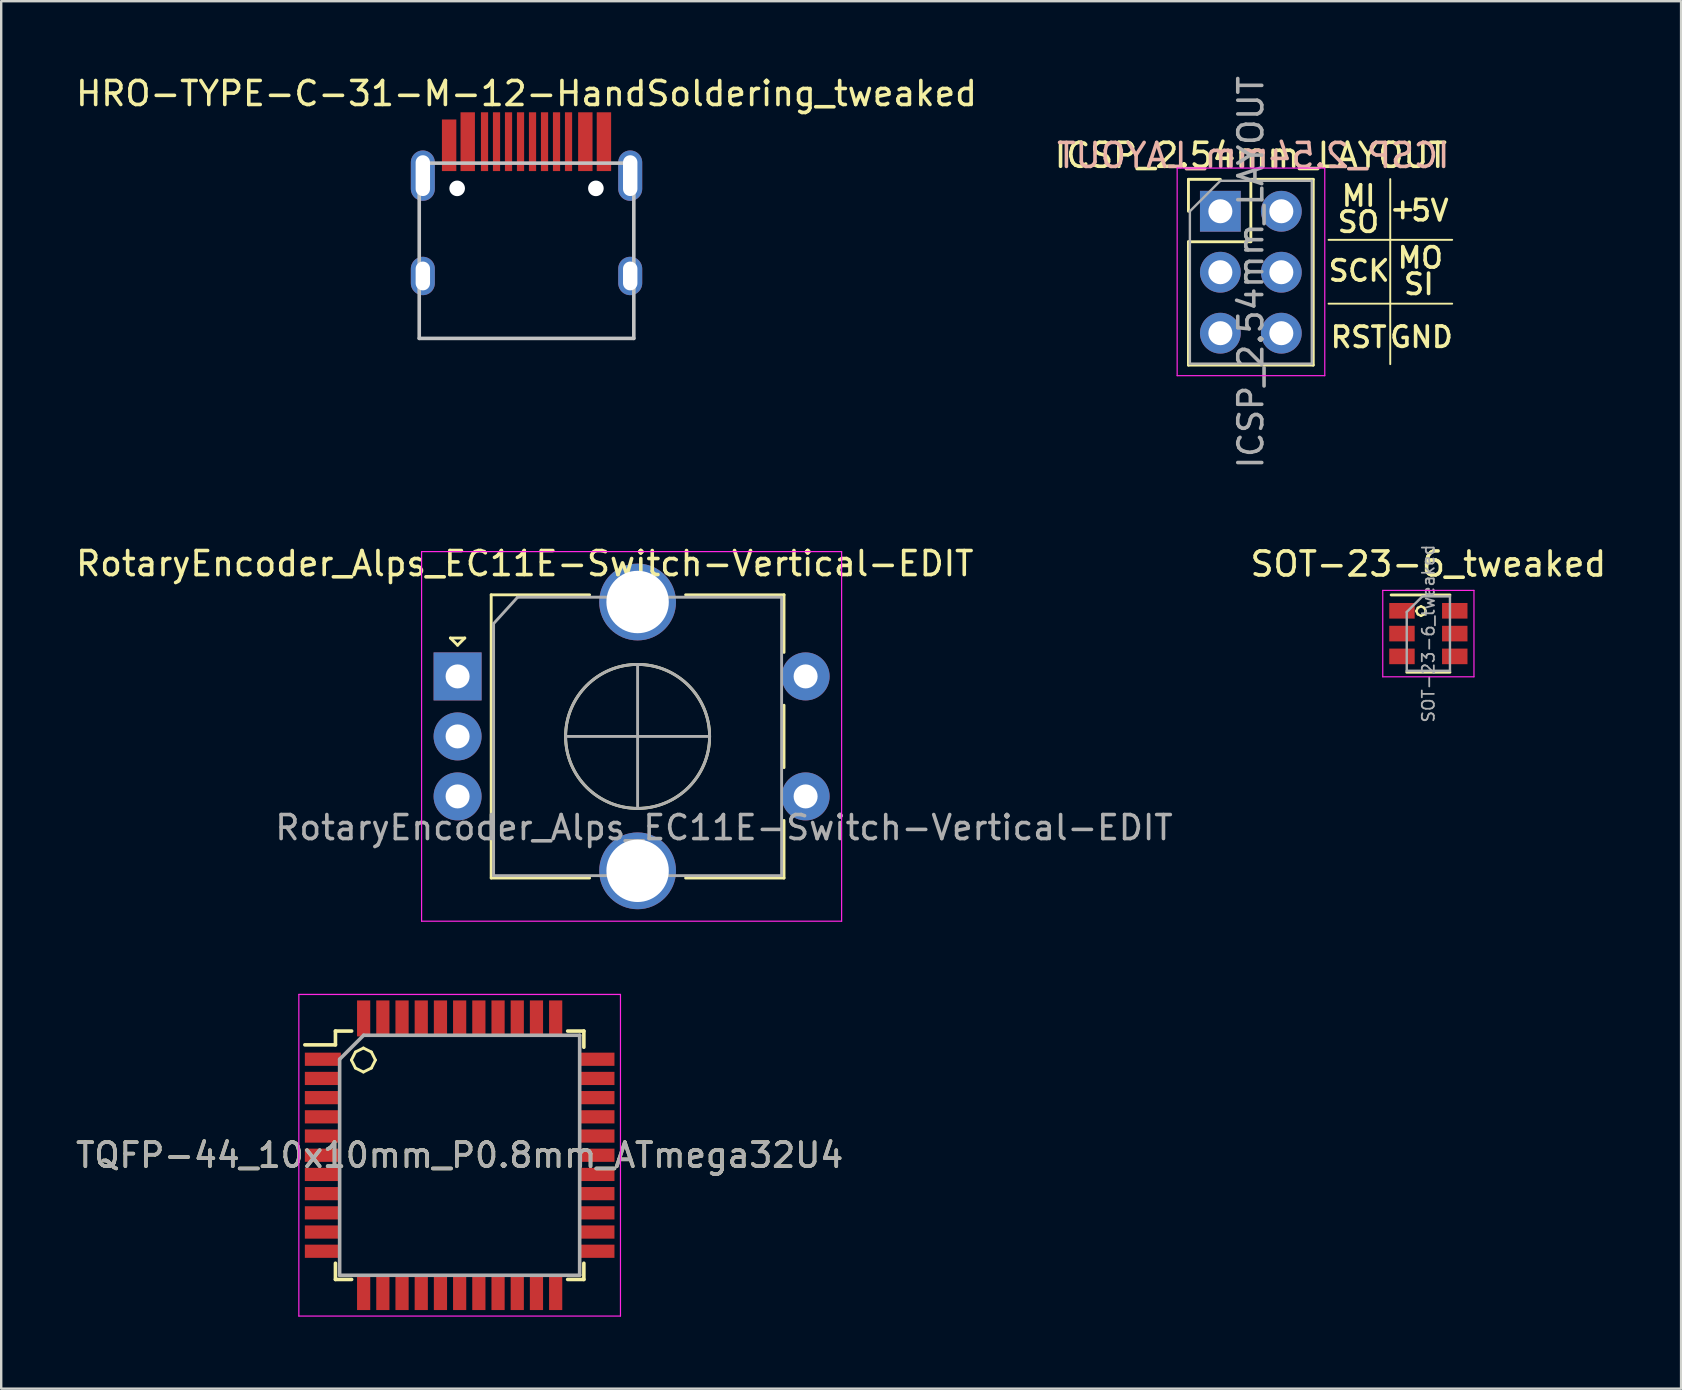
<source format=kicad_pcb>
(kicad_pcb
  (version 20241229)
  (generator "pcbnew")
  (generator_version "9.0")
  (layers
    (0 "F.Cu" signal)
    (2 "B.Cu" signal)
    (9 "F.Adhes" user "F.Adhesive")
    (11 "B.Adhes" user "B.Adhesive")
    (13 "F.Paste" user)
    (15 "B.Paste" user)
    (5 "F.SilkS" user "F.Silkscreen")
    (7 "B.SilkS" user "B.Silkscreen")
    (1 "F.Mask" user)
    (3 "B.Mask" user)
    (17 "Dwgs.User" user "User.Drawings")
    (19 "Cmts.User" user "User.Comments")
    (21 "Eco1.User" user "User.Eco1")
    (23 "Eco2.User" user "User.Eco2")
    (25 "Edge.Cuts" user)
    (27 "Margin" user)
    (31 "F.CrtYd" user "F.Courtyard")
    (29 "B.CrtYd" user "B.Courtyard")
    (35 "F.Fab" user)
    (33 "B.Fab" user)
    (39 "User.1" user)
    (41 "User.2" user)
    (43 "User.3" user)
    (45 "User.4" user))
  (footprint "RotaryEncoder_Alps_EC11E-Switch-Vertical-EDIT"
    (layer "F.Cu")
    (at 16.015 25.132)
    (property "Reference" "RotaryEncoder_Alps_EC11E-Switch-Vertical-EDIT" (at 2.8 -4.7 0) (layer "F.SilkS") (effects (font (size 1 1) (thickness 0.15))))
    (attr through_hole)
    (fp_line (start -0.3 -1.6) (end 0.3 -1.6) (stroke (width 0.12) (type solid)) (layer "F.SilkS"))
    (fp_line (start 0 -1.3) (end -0.3 -1.6) (stroke (width 0.12) (type solid)) (layer "F.SilkS"))
    (fp_line (start 0.3 -1.6) (end 0 -1.3) (stroke (width 0.12) (type solid)) (layer "F.SilkS"))
    (fp_line (start 1.4 -3.4) (end 1.4 8.4) (stroke (width 0.12) (type solid)) (layer "F.SilkS"))
    (fp_line (start 5.5 -3.4) (end 1.4 -3.4) (stroke (width 0.12) (type solid)) (layer "F.SilkS"))
    (fp_line (start 5.5 8.4) (end 1.4 8.4) (stroke (width 0.12) (type solid)) (layer "F.SilkS"))
    (fp_line (start 9.5 -3.4) (end 13.6 -3.4) (stroke (width 0.12) (type solid)) (layer "F.SilkS"))
    (fp_line (start 13.6 -3.4) (end 13.6 -1) (stroke (width 0.12) (type solid)) (layer "F.SilkS"))
    (fp_line (start 13.6 1.2) (end 13.6 3.8) (stroke (width 0.12) (type solid)) (layer "F.SilkS"))
    (fp_line (start 13.6 6) (end 13.6 8.4) (stroke (width 0.12) (type solid)) (layer "F.SilkS"))
    (fp_line (start 13.6 8.4) (end 9.5 8.4) (stroke (width 0.12) (type solid)) (layer "F.SilkS"))
    (fp_circle (center 7.5 2.5) (end 10.5 2.5) (stroke (width 0.12) (type solid)) (fill no) (layer "F.SilkS"))
    (fp_line (start -1.5 -5.2) (end -1.5 10.2) (stroke (width 0.05) (type solid)) (layer "F.CrtYd"))
    (fp_line (start -1.5 -5.2) (end 16 -5.2) (stroke (width 0.05) (type solid)) (layer "F.CrtYd"))
    (fp_line (start 16 10.2) (end -1.5 10.2) (stroke (width 0.05) (type solid)) (layer "F.CrtYd"))
    (fp_line (start 16 10.2) (end 16 -5.2) (stroke (width 0.05) (type solid)) (layer "F.CrtYd"))
    (fp_line (start 1.5 -2.2) (end 2.5 -3.3) (stroke (width 0.12) (type solid)) (layer "F.Fab"))
    (fp_line (start 1.5 8.3) (end 1.5 -2.2) (stroke (width 0.12) (type solid)) (layer "F.Fab"))
    (fp_line (start 2.5 -3.3) (end 13.5 -3.3) (stroke (width 0.12) (type solid)) (layer "F.Fab"))
    (fp_line (start 4.5 2.5) (end 10.5 2.5) (stroke (width 0.12) (type solid)) (layer "F.Fab"))
    (fp_line (start 7.5 -0.5) (end 7.5 5.5) (stroke (width 0.12) (type solid)) (layer "F.Fab"))
    (fp_line (start 13.5 -3.3) (end 13.5 8.3) (stroke (width 0.12) (type solid)) (layer "F.Fab"))
    (fp_line (start 13.5 8.3) (end 1.5 8.3) (stroke (width 0.12) (type solid)) (layer "F.Fab"))
    (fp_circle (center 7.5 2.5) (end 10.5 2.5) (stroke (width 0.12) (type solid)) (fill no) (layer "F.Fab"))
    (fp_text user "${REFERENCE}" (at 11.1 6.3 0) (layer "F.Fab") (effects (font (size 1 1) (thickness 0.15))))
    (pad "A" thru_hole rect (at 0 0) (size 2 2) (drill 1) (layers "*.Cu" "*.Mask"))
    (pad "B" thru_hole circle (at 0 5) (size 2 2) (drill 1) (layers "*.Cu" "*.Mask"))
    (pad "C" thru_hole circle (at 0 2.5) (size 2 2) (drill 1) (layers "*.Cu" "*.Mask"))
    (pad "MP" thru_hole circle (at 7.5 -3.1) (size 3.2 3.2) (drill 2.6) (layers "*.Cu" "*.Mask"))
    (pad "MP" thru_hole circle (at 7.5 8.1) (size 3.2 3.2) (drill 2.6) (layers "*.Cu" "*.Mask"))
    (pad "S1" thru_hole circle (at 14.5 5) (size 2 2) (drill 1) (layers "*.Cu" "*.Mask"))
    (pad "S2" thru_hole circle (at 14.5 0) (size 2 2) (drill 1) (layers "*.Cu" "*.Mask")))
  (footprint "HRO-TYPE-C-31-M-12-HandSoldering_tweaked"
    (layer "F.Cu")
    (at 18.887 11.048)
    (property "Reference" "HRO-TYPE-C-31-M-12-HandSoldering_tweaked" (at 0 -10.2 0) (layer "F.SilkS") (effects (font (size 1 1) (thickness 0.15))))
    (attr smd)
    (fp_line (start -4.47 -7.3) (end 4.47 -7.3) (stroke (width 0.15) (type solid)) (layer "Dwgs.User"))
    (fp_line (start -4.47 0) (end -4.47 -7.3) (stroke (width 0.15) (type solid)) (layer "Dwgs.User"))
    (fp_line (start -4.47 0) (end 4.47 0) (stroke (width 0.15) (type solid)) (layer "Dwgs.User"))
    (fp_line (start 4.47 0) (end 4.47 -7.3) (stroke (width 0.15) (type solid)) (layer "Dwgs.User"))
    (pad "" np_thru_hole circle (at -2.89 -6.25) (size 0.65 0.65) (drill 0.65) (layers "*.Cu" "*.Mask"))
    (pad "" np_thru_hole circle (at 2.89 -6.25) (size 0.65 0.65) (drill 0.65) (layers "*.Cu" "*.Mask"))
    (pad "1" smd rect (at -3.225 -8.045) (size 0.6 2.15) (layers "F.Cu" "F.Mask" "F.Paste"))
    (pad "2" smd rect (at -2.45 -8.195) (size 0.6 2.45) (layers "F.Cu" "F.Mask" "F.Paste"))
    (pad "3" smd rect (at -1.75 -8.195) (size 0.3 2.45) (layers "F.Cu" "F.Mask" "F.Paste"))
    (pad "4" smd rect (at -1.25 -8.195) (size 0.3 2.45) (layers "F.Cu" "F.Mask" "F.Paste"))
    (pad "5" smd rect (at -0.75 -8.195) (size 0.3 2.45) (layers "F.Cu" "F.Mask" "F.Paste"))
    (pad "6" smd rect (at -0.25 -8.195) (size 0.3 2.45) (layers "F.Cu" "F.Mask" "F.Paste"))
    (pad "7" smd rect (at 0.25 -8.195) (size 0.3 2.45) (layers "F.Cu" "F.Mask" "F.Paste"))
    (pad "8" smd rect (at 0.75 -8.195) (size 0.3 2.45) (layers "F.Cu" "F.Mask" "F.Paste"))
    (pad "9" smd rect (at 1.25 -8.195) (size 0.3 2.45) (layers "F.Cu" "F.Mask" "F.Paste"))
    (pad "10" smd rect (at 1.75 -8.195) (size 0.3 2.45) (layers "F.Cu" "F.Mask" "F.Paste"))
    (pad "11" smd rect (at 2.45 -8.195) (size 0.6 2.45) (layers "F.Cu" "F.Mask" "F.Paste"))
    (pad "12" smd rect (at 3.225 -8.195) (size 0.6 2.45) (layers "F.Cu" "F.Mask" "F.Paste"))
    (pad "13" thru_hole oval (at -4.32 -6.78) (size 1 2.1) (drill oval 0.6 1.7) (layers "*.Cu" "*.Mask"))
    (pad "13" thru_hole oval (at -4.32 -2.6) (size 1 1.6) (drill oval 0.6 1.2) (layers "*.Cu" "*.Mask"))
    (pad "13" thru_hole oval (at 4.32 -6.78) (size 1 2.1) (drill oval 0.6 1.7) (layers "*.Cu" "*.Mask"))
    (pad "13" thru_hole oval (at 4.32 -2.6) (size 1 1.6) (drill oval 0.6 1.2) (layers "*.Cu" "*.Mask")))
  (footprint "SOT-23-6_tweaked"
    (layer "F.Cu")
    (at 56.461 23.348)
    (property "Reference" "SOT-23-6_tweaked" (at 0 -2.9 0) (layer "F.SilkS") (effects (font (size 1 1) (thickness 0.15))))
    (attr smd)
    (fp_line (start -0.9 1.61) (end 0.9 1.61) (stroke (width 0.12) (type solid)) (layer "F.SilkS"))
    (fp_line (start 0.9 -1.61) (end -1.55 -1.61) (stroke (width 0.12) (type solid)) (layer "F.SilkS"))
    (fp_line (start -1.9 -1.8) (end -1.9 1.8) (stroke (width 0.05) (type solid)) (layer "F.CrtYd"))
    (fp_line (start -1.9 1.8) (end 1.9 1.8) (stroke (width 0.05) (type solid)) (layer "F.CrtYd"))
    (fp_line (start 1.9 -1.8) (end -1.9 -1.8) (stroke (width 0.05) (type solid)) (layer "F.CrtYd"))
    (fp_line (start 1.9 1.8) (end 1.9 -1.8) (stroke (width 0.05) (type solid)) (layer "F.CrtYd"))
    (fp_line (start -0.9 -0.9) (end -0.9 1.55) (stroke (width 0.1) (type solid)) (layer "F.Fab"))
    (fp_line (start -0.9 -0.9) (end -0.25 -1.55) (stroke (width 0.1) (type solid)) (layer "F.Fab"))
    (fp_line (start 0.9 -1.55) (end -0.25 -1.55) (stroke (width 0.1) (type solid)) (layer "F.Fab"))
    (fp_line (start 0.9 -1.55) (end 0.9 1.55) (stroke (width 0.1) (type solid)) (layer "F.Fab"))
    (fp_line (start 0.9 1.55) (end -0.9 1.55) (stroke (width 0.1) (type solid)) (layer "F.Fab"))
    (fp_text user "°" (at -0.305 -0.381 0) (layer "F.SilkS") (effects (font (size 1.4 1.4) (thickness 0.1))))
    (fp_text user "${REFERENCE}" (at 0 0 90) (layer "F.Fab") (effects (font (size 0.5 0.5) (thickness 0.075))))
    (pad "1" smd rect (at -1.1 -0.95) (size 1.06 0.65) (layers "F.Cu" "F.Mask" "F.Paste"))
    (pad "2" smd rect (at -1.1 0) (size 1.06 0.65) (layers "F.Cu" "F.Mask" "F.Paste"))
    (pad "3" smd rect (at -1.1 0.95) (size 1.06 0.65) (layers "F.Cu" "F.Mask" "F.Paste"))
    (pad "4" smd rect (at 1.1 0.95) (size 1.06 0.65) (layers "F.Cu" "F.Mask" "F.Paste"))
    (pad "5" smd rect (at 1.1 0) (size 1.06 0.65) (layers "F.Cu" "F.Mask" "F.Paste"))
    (pad "6" smd rect (at 1.1 -0.95) (size 1.06 0.65) (layers "F.Cu" "F.Mask" "F.Paste")))
  (footprint "ICSP_2.54mm_LAYOUT"
    (layer "F.Cu")
    (at 47.795 5.752)
    (property "Reference" "ICSP_2.54mm_LAYOUT" (at 1.27 -2.33 0) (layer "F.SilkS") (effects (font (size 1 1) (thickness 0.15))))
    (attr through_hole)
    (fp_line (start -1.33 -1.33) (end 0 -1.33) (stroke (width 0.12) (type solid)) (layer "F.SilkS"))
    (fp_line (start -1.33 0) (end -1.33 -1.33) (stroke (width 0.12) (type solid)) (layer "F.SilkS"))
    (fp_line (start -1.33 1.27) (end -1.33 6.41) (stroke (width 0.12) (type solid)) (layer "F.SilkS"))
    (fp_line (start -1.33 1.27) (end 1.27 1.27) (stroke (width 0.12) (type solid)) (layer "F.SilkS"))
    (fp_line (start -1.33 6.41) (end 3.87 6.41) (stroke (width 0.12) (type solid)) (layer "F.SilkS"))
    (fp_line (start 1.27 -1.33) (end 3.87 -1.33) (stroke (width 0.12) (type solid)) (layer "F.SilkS"))
    (fp_line (start 1.27 1.27) (end 1.27 -1.33) (stroke (width 0.12) (type solid)) (layer "F.SilkS"))
    (fp_line (start 3.87 -1.33) (end 3.87 6.41) (stroke (width 0.12) (type solid)) (layer "F.SilkS"))
    (fp_line (start 4.508 3.85) (end 9.658 3.85) (stroke (width 0.08) (type solid)) (layer "F.SilkS"))
    (fp_line (start 7.078 -1.34) (end 7.078 6.37) (stroke (width 0.08) (type solid)) (layer "F.SilkS"))
    (fp_line (start 9.658 1.19) (end 4.508 1.19) (stroke (width 0.08) (type solid)) (layer "F.SilkS"))
    (fp_line (start -1.8 -1.8) (end -1.8 6.85) (stroke (width 0.05) (type solid)) (layer "F.CrtYd"))
    (fp_line (start -1.8 6.85) (end 4.35 6.85) (stroke (width 0.05) (type solid)) (layer "F.CrtYd"))
    (fp_line (start 4.35 -1.8) (end -1.8 -1.8) (stroke (width 0.05) (type solid)) (layer "F.CrtYd"))
    (fp_line (start 4.35 6.85) (end 4.35 -1.8) (stroke (width 0.05) (type solid)) (layer "F.CrtYd"))
    (fp_line (start -1.27 0) (end 0 -1.27) (stroke (width 0.1) (type solid)) (layer "F.Fab"))
    (fp_line (start -1.27 6.35) (end -1.27 0) (stroke (width 0.1) (type solid)) (layer "F.Fab"))
    (fp_line (start 0 -1.27) (end 3.81 -1.27) (stroke (width 0.1) (type solid)) (layer "F.Fab"))
    (fp_line (start 3.81 -1.27) (end 3.81 6.35) (stroke (width 0.1) (type solid)) (layer "F.Fab"))
    (fp_line (start 3.81 6.35) (end -1.27 6.35) (stroke (width 0.1) (type solid)) (layer "F.Fab"))
    (fp_text user "+" (at 7.598 -0.12 180) (layer "F.SilkS") (effects (font (size 0.85 0.85) (thickness 0.15))))
    (fp_text user "RST" (at 5.762 5.249 180) (layer "F.SilkS") (effects (font (size 0.85 0.85) (thickness 0.15))))
    (fp_text user "5V" (at 8.728 -0.032 180) (layer "F.SilkS") (effects (font (size 0.85 0.85) (thickness 0.15))))
    (fp_text user "GND" (at 8.378 5.241 180) (layer "F.SilkS") (effects (font (size 0.85 0.85) (thickness 0.15))))
    (fp_text user "MO" (at 8.33 1.94 180) (layer "F.SilkS") (effects (font (size 0.85 0.85) (thickness 0.15))))
    (fp_text user "SO" (at 5.75 0.45 180) (layer "F.SilkS") (effects (font (size 0.85 0.85) (thickness 0.15))))
    (fp_text user "SCK" (at 5.778 2.48 180) (layer "F.SilkS") (effects (font (size 0.85 0.85) (thickness 0.15))))
    (fp_text user "SI" (at 8.27 3.04 180) (layer "F.SilkS") (effects (font (size 0.85 0.85) (thickness 0.15))))
    (fp_text user "MI" (at 5.76 -0.64 180) (layer "F.SilkS") (effects (font (size 0.85 0.85) (thickness 0.15))))
    (fp_text user "${REFERENCE}" (at 1.372 -2.324 0) (layer "B.SilkS") (effects (font (size 1 1) (thickness 0.15)) (justify mirror)))
    (fp_text user "${REFERENCE}" (at 1.27 2.54 90) (layer "F.Fab") (effects (font (size 1 1) (thickness 0.15))))
    (pad "1" thru_hole rect (at 0 0) (size 1.7 1.7) (drill 1) (layers "*.Cu" "*.Mask"))
    (pad "2" thru_hole oval (at 2.54 0) (size 1.7 1.7) (drill 1) (layers "*.Cu" "*.Mask"))
    (pad "3" thru_hole oval (at 0 2.54) (size 1.7 1.7) (drill 1) (layers "*.Cu" "*.Mask"))
    (pad "4" thru_hole oval (at 2.54 2.54) (size 1.7 1.7) (drill 1) (layers "*.Cu" "*.Mask"))
    (pad "5" thru_hole oval (at 0 5.08) (size 1.7 1.7) (drill 1) (layers "*.Cu" "*.Mask"))
    (pad "6" thru_hole oval (at 2.54 5.08) (size 1.7 1.7) (drill 1) (layers "*.Cu" "*.Mask")))
  (footprint "TQFP-44_10x10mm_P0.8mm_ATmega32U4"
    (layer "F.Cu")
    (at 16.101 45.082)
    (property "Reference" "TQFP-44_10x10mm_P0.8mm_ATmega32U4" (at 0 0 0) (layer "F.SilkS") (effects (font (size 1 1) (thickness 0.15))))
    (attr smd)
    (fp_line (start -5.175 -5.175) (end -5.175 -4.6) (stroke (width 0.15) (type solid)) (layer "F.SilkS"))
    (fp_line (start -5.175 -5.175) (end -4.5 -5.175) (stroke (width 0.15) (type solid)) (layer "F.SilkS"))
    (fp_line (start -5.175 -4.6) (end -6.45 -4.6) (stroke (width 0.15) (type solid)) (layer "F.SilkS"))
    (fp_line (start -5.175 5.175) (end -5.175 4.5) (stroke (width 0.15) (type solid)) (layer "F.SilkS"))
    (fp_line (start -5.175 5.175) (end -4.5 5.175) (stroke (width 0.15) (type solid)) (layer "F.SilkS"))
    (fp_line (start 5.175 -5.175) (end 4.5 -5.175) (stroke (width 0.15) (type solid)) (layer "F.SilkS"))
    (fp_line (start 5.175 -5.175) (end 5.175 -4.5) (stroke (width 0.15) (type solid)) (layer "F.SilkS"))
    (fp_line (start 5.175 5.175) (end 4.5 5.175) (stroke (width 0.15) (type solid)) (layer "F.SilkS"))
    (fp_line (start 5.175 5.175) (end 5.175 4.5) (stroke (width 0.15) (type solid)) (layer "F.SilkS"))
    (fp_line (start -6.7 -6.7) (end -6.7 6.7) (stroke (width 0.05) (type solid)) (layer "F.CrtYd"))
    (fp_line (start -6.7 -6.7) (end 6.7 -6.7) (stroke (width 0.05) (type solid)) (layer "F.CrtYd"))
    (fp_line (start -6.7 6.7) (end 6.7 6.7) (stroke (width 0.05) (type solid)) (layer "F.CrtYd"))
    (fp_line (start 6.7 -6.7) (end 6.7 6.7) (stroke (width 0.05) (type solid)) (layer "F.CrtYd"))
    (fp_line (start -5 -4) (end -4 -5) (stroke (width 0.15) (type solid)) (layer "F.Fab"))
    (fp_line (start -5 5) (end -5 -4) (stroke (width 0.15) (type solid)) (layer "F.Fab"))
    (fp_line (start -4 -5) (end 5 -5) (stroke (width 0.15) (type solid)) (layer "F.Fab"))
    (fp_line (start 5 -5) (end 5 5) (stroke (width 0.15) (type solid)) (layer "F.Fab"))
    (fp_line (start 5 5) (end -5 5) (stroke (width 0.15) (type solid)) (layer "F.Fab"))
    (fp_text user "°" (at -4.01 -2.58 0) (layer "F.SilkS") (effects (font (size 3.5 3.5) (thickness 0.12))))
    (fp_text user "${REFERENCE}" (at 0 0 0) (layer "F.Fab") (effects (font (size 1 1) (thickness 0.15))))
    (pad "1" smd rect (at -5.7 -4) (size 1.5 0.55) (layers "F.Cu" "F.Mask" "F.Paste"))
    (pad "2" smd rect (at -5.7 -3.2) (size 1.5 0.55) (layers "F.Cu" "F.Mask" "F.Paste"))
    (pad "3" smd rect (at -5.7 -2.4) (size 1.5 0.55) (layers "F.Cu" "F.Mask" "F.Paste"))
    (pad "4" smd rect (at -5.7 -1.6) (size 1.5 0.55) (layers "F.Cu" "F.Mask" "F.Paste"))
    (pad "5" smd rect (at -5.7 -0.8) (size 1.5 0.55) (layers "F.Cu" "F.Mask" "F.Paste"))
    (pad "6" smd rect (at -5.7 0) (size 1.5 0.55) (layers "F.Cu" "F.Mask" "F.Paste"))
    (pad "7" smd rect (at -5.7 0.8) (size 1.5 0.55) (layers "F.Cu" "F.Mask" "F.Paste"))
    (pad "8" smd rect (at -5.7 1.6) (size 1.5 0.55) (layers "F.Cu" "F.Mask" "F.Paste"))
    (pad "9" smd rect (at -5.7 2.4) (size 1.5 0.55) (layers "F.Cu" "F.Mask" "F.Paste"))
    (pad "10" smd rect (at -5.7 3.2) (size 1.5 0.55) (layers "F.Cu" "F.Mask" "F.Paste"))
    (pad "11" smd rect (at -5.7 4) (size 1.5 0.55) (layers "F.Cu" "F.Mask" "F.Paste"))
    (pad "12" smd rect (at -4 5.7 90) (size 1.5 0.55) (layers "F.Cu" "F.Mask" "F.Paste"))
    (pad "13" smd rect (at -3.2 5.7 90) (size 1.5 0.55) (layers "F.Cu" "F.Mask" "F.Paste"))
    (pad "14" smd rect (at -2.4 5.7 90) (size 1.5 0.55) (layers "F.Cu" "F.Mask" "F.Paste"))
    (pad "15" smd rect (at -1.6 5.7 90) (size 1.5 0.55) (layers "F.Cu" "F.Mask" "F.Paste"))
    (pad "16" smd rect (at -0.8 5.7 90) (size 1.5 0.55) (layers "F.Cu" "F.Mask" "F.Paste"))
    (pad "17" smd rect (at 0 5.7 90) (size 1.5 0.55) (layers "F.Cu" "F.Mask" "F.Paste"))
    (pad "18" smd rect (at 0.8 5.7 90) (size 1.5 0.55) (layers "F.Cu" "F.Mask" "F.Paste"))
    (pad "19" smd rect (at 1.6 5.7 90) (size 1.5 0.55) (layers "F.Cu" "F.Mask" "F.Paste"))
    (pad "20" smd rect (at 2.4 5.7 90) (size 1.5 0.55) (layers "F.Cu" "F.Mask" "F.Paste"))
    (pad "21" smd rect (at 3.2 5.7 90) (size 1.5 0.55) (layers "F.Cu" "F.Mask" "F.Paste"))
    (pad "22" smd rect (at 4 5.7 90) (size 1.5 0.55) (layers "F.Cu" "F.Mask" "F.Paste"))
    (pad "23" smd rect (at 5.7 4) (size 1.5 0.55) (layers "F.Cu" "F.Mask" "F.Paste"))
    (pad "24" smd rect (at 5.7 3.2) (size 1.5 0.55) (layers "F.Cu" "F.Mask" "F.Paste"))
    (pad "25" smd rect (at 5.7 2.4) (size 1.5 0.55) (layers "F.Cu" "F.Mask" "F.Paste"))
    (pad "26" smd rect (at 5.7 1.6) (size 1.5 0.55) (layers "F.Cu" "F.Mask" "F.Paste"))
    (pad "27" smd rect (at 5.7 0.8) (size 1.5 0.55) (layers "F.Cu" "F.Mask" "F.Paste"))
    (pad "28" smd rect (at 5.7 0) (size 1.5 0.55) (layers "F.Cu" "F.Mask" "F.Paste"))
    (pad "29" smd rect (at 5.7 -0.8) (size 1.5 0.55) (layers "F.Cu" "F.Mask" "F.Paste"))
    (pad "30" smd rect (at 5.7 -1.6) (size 1.5 0.55) (layers "F.Cu" "F.Mask" "F.Paste"))
    (pad "31" smd rect (at 5.7 -2.4) (size 1.5 0.55) (layers "F.Cu" "F.Mask" "F.Paste"))
    (pad "32" smd rect (at 5.7 -3.2) (size 1.5 0.55) (layers "F.Cu" "F.Mask" "F.Paste"))
    (pad "33" smd rect (at 5.7 -4) (size 1.5 0.55) (layers "F.Cu" "F.Mask" "F.Paste"))
    (pad "34" smd rect (at 4 -5.7 90) (size 1.5 0.55) (layers "F.Cu" "F.Mask" "F.Paste"))
    (pad "35" smd rect (at 3.2 -5.7 90) (size 1.5 0.55) (layers "F.Cu" "F.Mask" "F.Paste"))
    (pad "36" smd rect (at 2.4 -5.7 90) (size 1.5 0.55) (layers "F.Cu" "F.Mask" "F.Paste"))
    (pad "37" smd rect (at 1.6 -5.7 90) (size 1.5 0.55) (layers "F.Cu" "F.Mask" "F.Paste"))
    (pad "38" smd rect (at 0.8 -5.7 90) (size 1.5 0.55) (layers "F.Cu" "F.Mask" "F.Paste"))
    (pad "39" smd rect (at 0 -5.7 90) (size 1.5 0.55) (layers "F.Cu" "F.Mask" "F.Paste"))
    (pad "40" smd rect (at -0.8 -5.7 90) (size 1.5 0.55) (layers "F.Cu" "F.Mask" "F.Paste"))
    (pad "41" smd rect (at -1.6 -5.7 90) (size 1.5 0.55) (layers "F.Cu" "F.Mask" "F.Paste"))
    (pad "42" smd rect (at -2.4 -5.7 90) (size 1.5 0.55) (layers "F.Cu" "F.Mask" "F.Paste"))
    (pad "43" smd rect (at -3.2 -5.7 90) (size 1.5 0.55) (layers "F.Cu" "F.Mask" "F.Paste"))
    (pad "44" smd rect (at -4 -5.7 90) (size 1.5 0.55) (layers "F.Cu" "F.Mask" "F.Paste")))
  (gr_rect
    (start -3 -3)
    (end 66.99 54.807)
    (stroke (width 0.1) (type default))
    (fill no)
    (layer "Edge.Cuts")))
</source>
